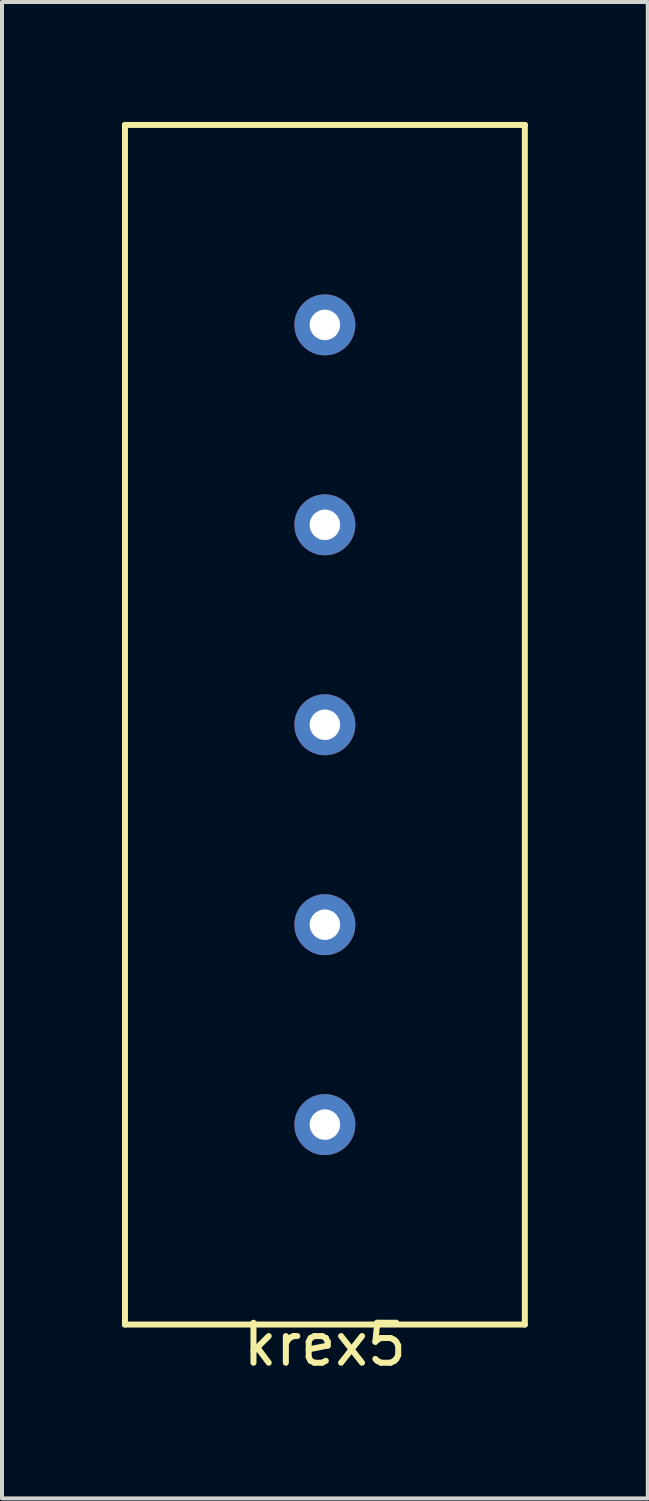
<source format=kicad_pcb>
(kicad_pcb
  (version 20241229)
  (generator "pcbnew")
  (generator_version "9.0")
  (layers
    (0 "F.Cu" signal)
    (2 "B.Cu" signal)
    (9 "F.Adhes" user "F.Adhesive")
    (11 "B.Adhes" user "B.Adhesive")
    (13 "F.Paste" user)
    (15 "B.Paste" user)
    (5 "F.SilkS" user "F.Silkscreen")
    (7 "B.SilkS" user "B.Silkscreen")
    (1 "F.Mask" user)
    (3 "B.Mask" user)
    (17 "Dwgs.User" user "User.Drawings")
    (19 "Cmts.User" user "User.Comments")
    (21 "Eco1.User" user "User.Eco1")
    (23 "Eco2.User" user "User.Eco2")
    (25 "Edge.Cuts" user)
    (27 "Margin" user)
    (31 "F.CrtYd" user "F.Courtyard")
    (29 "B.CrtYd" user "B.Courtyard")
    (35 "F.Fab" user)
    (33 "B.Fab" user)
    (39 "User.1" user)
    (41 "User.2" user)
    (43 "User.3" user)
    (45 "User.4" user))
  (footprint "krex5"
    (layer "F.Cu")
    (at 5.075 30.075)
    (property "Reference" "krex5" (at 0 0.5 0) (layer "F.SilkS") (effects (font (size 1 1) (thickness 0.15))))
    (attr through_hole)
    (fp_line (start -5 -30) (end 5 -30) (stroke (width 0.15) (type solid)) (layer "F.SilkS"))
    (fp_line (start -5 0) (end -5 -30) (stroke (width 0.15) (type solid)) (layer "F.SilkS"))
    (fp_line (start 5 -30) (end 5 0) (stroke (width 0.15) (type solid)) (layer "F.SilkS"))
    (fp_line (start 5 0) (end -5 0) (stroke (width 0.15) (type solid)) (layer "F.SilkS"))
    (pad "1" thru_hole circle (at 0 -5) (size 1.524 1.524) (drill 0.762) (layers "*.Cu" "*.Mask"))
    (pad "2" thru_hole circle (at 0 -10) (size 1.524 1.524) (drill 0.762) (layers "*.Cu" "*.Mask"))
    (pad "3" thru_hole circle (at 0 -15) (size 1.524 1.524) (drill 0.762) (layers "*.Cu" "*.Mask"))
    (pad "4" thru_hole circle (at 0 -20) (size 1.524 1.524) (drill 0.762) (layers "*.Cu" "*.Mask"))
    (pad "6" thru_hole circle (at 0 -25) (size 1.524 1.524) (drill 0.762) (layers "*.Cu" "*.Mask")))
  (gr_rect
    (start -3 -3)
    (end 13.15 34.423)
    (stroke (width 0.1) (type default))
    (fill no)
    (layer "Edge.Cuts")))
</source>
